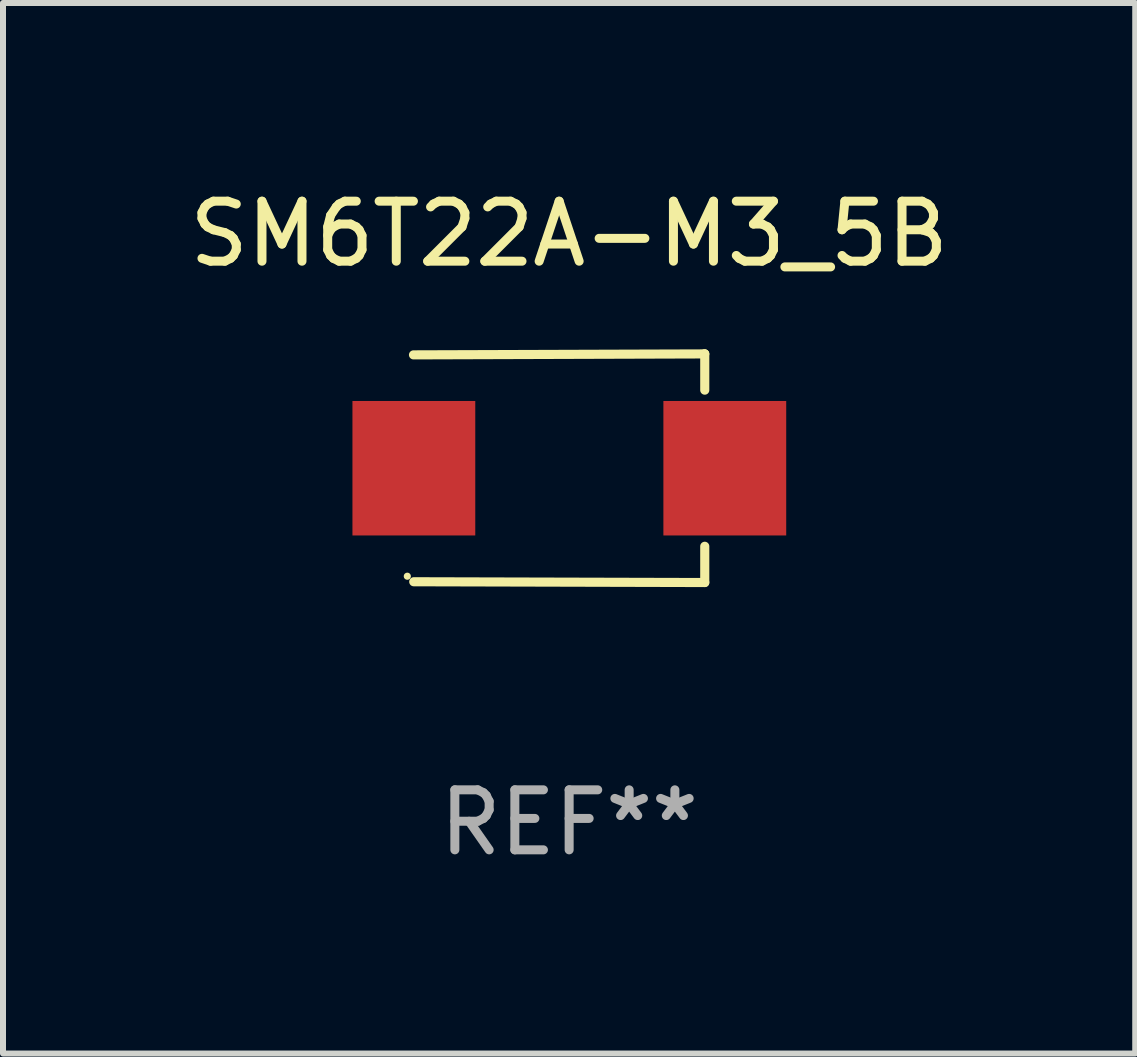
<source format=kicad_pcb>
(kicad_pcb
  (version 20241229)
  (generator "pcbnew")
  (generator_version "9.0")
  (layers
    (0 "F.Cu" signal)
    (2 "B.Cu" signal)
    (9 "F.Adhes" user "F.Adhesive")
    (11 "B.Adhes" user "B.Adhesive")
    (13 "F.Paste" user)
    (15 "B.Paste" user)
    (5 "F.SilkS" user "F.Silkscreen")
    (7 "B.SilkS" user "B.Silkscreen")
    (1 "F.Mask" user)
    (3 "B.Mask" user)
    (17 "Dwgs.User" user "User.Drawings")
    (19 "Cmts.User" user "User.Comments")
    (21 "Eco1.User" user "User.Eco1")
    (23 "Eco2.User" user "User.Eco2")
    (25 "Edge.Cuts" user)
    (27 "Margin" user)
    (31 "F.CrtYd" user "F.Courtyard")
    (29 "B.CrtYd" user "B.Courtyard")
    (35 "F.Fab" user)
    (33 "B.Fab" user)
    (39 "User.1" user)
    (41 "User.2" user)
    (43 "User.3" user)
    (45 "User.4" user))
  (footprint "SM6T22A-M3_5B"
    (layer "F.Cu")
    (at 6.435 4.753)
    (property "Reference" "SM6T22A-M3_5B" (at 0 -3.905 0) (layer "F.SilkS") (effects (font (size 1 1) (thickness 0.15))))
    (attr through_hole)
    (fp_line (start 2.256 -1.905) (end -2.594 -1.889) (stroke (width 0.152) (type solid)) (layer "F.SilkS"))
    (fp_line (start 2.256 -1.905) (end 2.26 -1.905) (stroke (width 0.152) (type solid)) (layer "F.SilkS"))
    (fp_line (start 2.26 -1.905) (end 2.26 -1.301) (stroke (width 0.152) (type solid)) (layer "F.SilkS"))
    (fp_line (start 2.26 1.301) (end 2.26 1.905) (stroke (width 0.152) (type solid)) (layer "F.SilkS"))
    (fp_line (start 2.26 1.905) (end -2.59 1.892) (stroke (width 0.152) (type solid)) (layer "F.SilkS"))
    (fp_circle (center -2.697 1.8) (end -2.667 1.8) (stroke (width 0.06) (type solid)) (fill no) (layer "F.SilkS"))
    (fp_text user "REF**" (at 0 5.905 0) (layer "F.Fab") (effects (font (size 1 1) (thickness 0.15))))
    (pad "1" smd rect (at -2.588 0) (size 2.047 2.241) (layers "F.Cu" "F.Mask" "F.Paste"))
    (pad "2" smd rect (at 2.594 0) (size 2.047 2.241) (layers "F.Cu" "F.Mask" "F.Paste")))
  (gr_rect
    (start -3 -3)
    (end 15.869 14.507)
    (stroke (width 0.1) (type default))
    (fill no)
    (layer "Edge.Cuts")))
</source>
